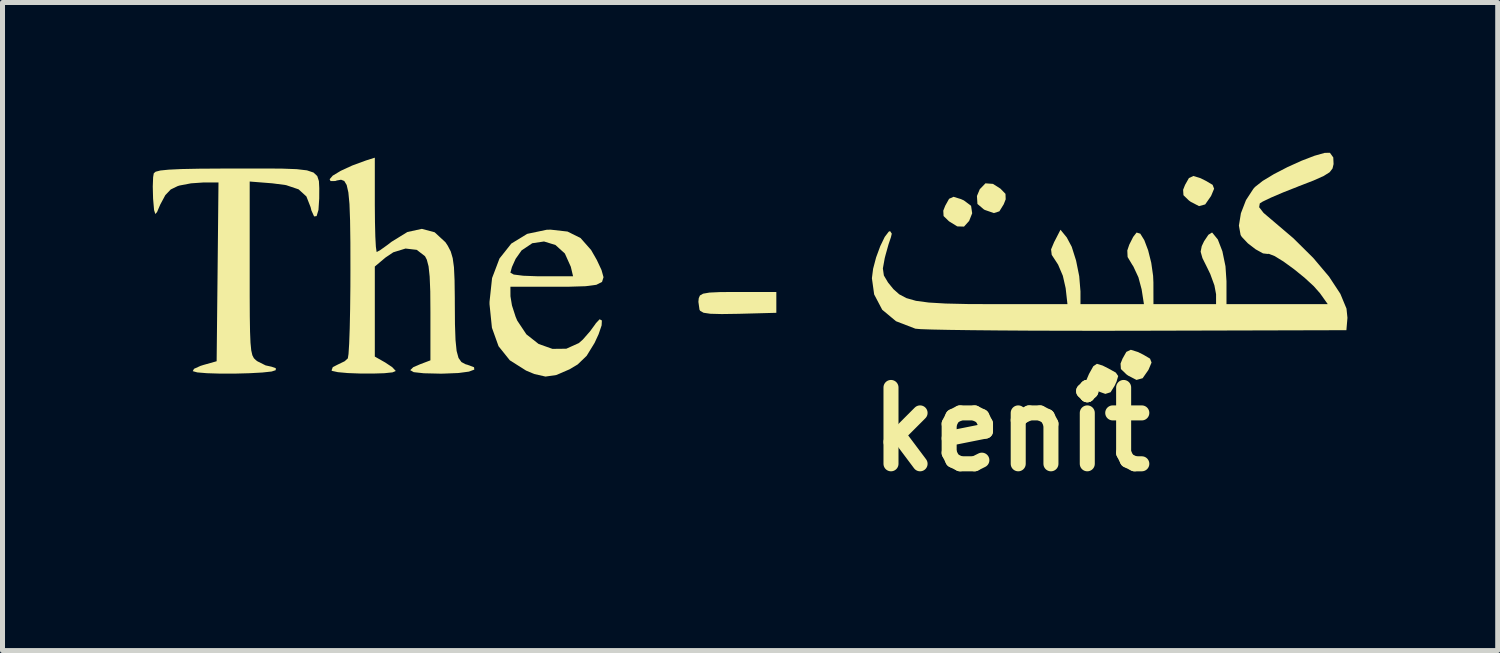
<source format=kicad_pcb>
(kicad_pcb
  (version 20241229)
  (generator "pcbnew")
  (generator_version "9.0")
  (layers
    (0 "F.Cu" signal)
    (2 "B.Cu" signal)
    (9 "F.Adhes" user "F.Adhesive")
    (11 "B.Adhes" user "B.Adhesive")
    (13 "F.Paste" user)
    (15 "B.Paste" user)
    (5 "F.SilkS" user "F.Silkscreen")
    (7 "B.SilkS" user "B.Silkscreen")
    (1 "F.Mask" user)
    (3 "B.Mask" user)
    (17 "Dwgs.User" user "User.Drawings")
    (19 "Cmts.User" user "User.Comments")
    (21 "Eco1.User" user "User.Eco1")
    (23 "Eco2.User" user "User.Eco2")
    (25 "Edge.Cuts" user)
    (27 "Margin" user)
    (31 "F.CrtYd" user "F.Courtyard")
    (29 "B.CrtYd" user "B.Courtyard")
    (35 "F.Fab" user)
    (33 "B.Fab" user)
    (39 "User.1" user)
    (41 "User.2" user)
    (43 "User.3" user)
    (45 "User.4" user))
  (footprint "kenit"
    (layer "F.Cu")
    (at 17.133 5.52)
    (property "Reference" "kenit" (at 0 0 0) (layer "F.SilkS") (effects (font (size 1.524 1.524) (thickness 0.3))))
    (attr board_only exclude_from_pos_files exclude_from_bom)
    (fp_poly (pts (xy -1 -4.596) (xy -0.94 -4.569) (xy -0.796 -4.461) (xy -0.774 -4.312) (xy -0.835 -4.159) (xy -0.937 -4.046) (xy -1.072 -4.05) (xy -1.237 -4.152) (xy -1.345 -4.257) (xy -1.351 -4.364) (xy -1.312 -4.463) (xy -1.235 -4.601) (xy -1.147 -4.641)) (stroke (width 0) (type solid)) (fill yes) (layer "F.SilkS"))
    (fp_poly (pts (xy -0.359 -4.899) (xy -0.21 -4.804) (xy -0.109 -4.7) (xy -0.105 -4.591) (xy -0.144 -4.492) (xy -0.231 -4.351) (xy -0.34 -4.316) (xy -0.514 -4.376) (xy -0.538 -4.387) (xy -0.669 -4.498) (xy -0.679 -4.657) (xy -0.622 -4.793) (xy -0.509 -4.91)) (stroke (width 0) (type solid)) (fill yes) (layer "F.SilkS"))
    (fp_poly (pts (xy 2.536 -1.542) (xy 2.641 -1.49) (xy 2.777 -1.41) (xy 2.807 -1.332) (xy 2.75 -1.196) (xy 2.74 -1.178) (xy 2.629 -1.019) (xy 2.506 -0.985) (xy 2.34 -1.071) (xy 2.303 -1.098) (xy 2.195 -1.203) (xy 2.188 -1.311) (xy 2.227 -1.409) (xy 2.304 -1.545) (xy 2.393 -1.587)) (stroke (width 0) (type solid)) (fill yes) (layer "F.SilkS"))
    (fp_poly (pts (xy 3.786 -5.012) (xy 3.89 -4.96) (xy 4.026 -4.88) (xy 4.056 -4.802) (xy 3.999 -4.666) (xy 3.989 -4.648) (xy 3.878 -4.489) (xy 3.755 -4.455) (xy 3.589 -4.541) (xy 3.552 -4.568) (xy 3.444 -4.673) (xy 3.437 -4.781) (xy 3.476 -4.879) (xy 3.553 -5.015) (xy 3.642 -5.057)) (stroke (width 0) (type solid)) (fill yes) (layer "F.SilkS"))
    (fp_poly (pts (xy -4.684 -2.325) (xy -5.432 -2.305) (xy -5.774 -2.3) (xy -6.002 -2.306) (xy -6.137 -2.326) (xy -6.204 -2.364) (xy -6.218 -2.388) (xy -6.24 -2.544) (xy -6.233 -2.616) (xy -6.209 -2.671) (xy -6.146 -2.707) (xy -6.019 -2.729) (xy -5.804 -2.739) (xy -5.477 -2.741) (xy -5.447 -2.741) (xy -4.684 -2.741)) (stroke (width 0) (type solid)) (fill yes) (layer "F.SilkS"))
    (fp_poly (pts (xy 1.83 -1.272) (xy 1.947 -1.213) (xy 2.094 -1.131) (xy 2.141 -1.062) (xy 2.107 -0.949) (xy 2.071 -0.871) (xy 1.989 -0.739) (xy 1.885 -0.706) (xy 1.72 -0.765) (xy 1.648 -0.803) (xy 1.522 -0.882) (xy 1.497 -0.961) (xy 1.556 -1.099) (xy 1.563 -1.113) (xy 1.644 -1.258) (xy 1.716 -1.307)) (stroke (width 0) (type solid)) (fill yes) (layer "F.SilkS"))
    (fp_poly (pts (xy -8.852 -3.947) (xy -8.593 -3.818) (xy -8.382 -3.579) (xy -8.268 -3.38) (xy -8.174 -3.179) (xy -8.134 -3.036) (xy -8.164 -2.941) (xy -8.278 -2.884) (xy -8.492 -2.856) (xy -8.82 -2.846) (xy -9.089 -2.845) (xy -9.993 -2.845) (xy -9.992 -2.655) (xy -9.962 -2.472) (xy -9.889 -2.246) (xy -9.857 -2.17) (xy -9.674 -1.895) (xy -9.43 -1.703) (xy -9.154 -1.605) (xy -8.877 -1.608) (xy -8.626 -1.721) (xy -8.548 -1.79) (xy -8.405 -1.953) (xy -8.297 -2.1) (xy -8.288 -2.115) (xy -8.212 -2.196) (xy -8.167 -2.172) (xy -8.172 -2.074) (xy -8.232 -1.898) (xy -8.312 -1.725) (xy -8.471 -1.466) (xy -8.65 -1.294) (xy -8.812 -1.197) (xy -9.077 -1.083) (xy -9.292 -1.052) (xy -9.517 -1.103) (xy -9.681 -1.172) (xy -10.005 -1.377) (xy -10.23 -1.658) (xy -10.362 -2.027) (xy -10.41 -2.497) (xy -10.41 -2.544) (xy -10.359 -3.019) (xy -10.318 -3.126) (xy -9.993 -3.126) (xy -9.927 -3.089) (xy -9.736 -3.065) (xy -9.437 -3.054) (xy -9.368 -3.054) (xy -8.742 -3.054) (xy -8.787 -3.244) (xy -8.906 -3.509) (xy -9.094 -3.679) (xy -9.322 -3.749) (xy -9.557 -3.714) (xy -9.77 -3.571) (xy -9.889 -3.402) (xy -9.962 -3.24) (xy -9.993 -3.129) (xy -9.993 -3.126) (xy -10.318 -3.126) (xy -10.211 -3.409) (xy -9.975 -3.707) (xy -9.658 -3.901) (xy -9.268 -3.983) (xy -9.189 -3.985)) (stroke (width 0) (type solid)) (fill yes) (layer "F.SilkS"))
    (fp_poly (pts (xy -14.558 -5.204) (xy -14.261 -5.193) (xy -14.055 -5.169) (xy -13.923 -5.125) (xy -13.849 -5.055) (xy -13.816 -4.954) (xy -13.809 -4.815) (xy -13.81 -4.634) (xy -13.81 -4.609) (xy -13.825 -4.379) (xy -13.862 -4.256) (xy -13.912 -4.249) (xy -13.966 -4.368) (xy -13.982 -4.434) (xy -14.066 -4.648) (xy -14.222 -4.79) (xy -14.472 -4.874) (xy -14.744 -4.91) (xy -15.198 -4.946) (xy -15.198 -3.206) (xy -15.198 -2.67) (xy -15.196 -2.256) (xy -15.191 -1.947) (xy -15.182 -1.726) (xy -15.167 -1.575) (xy -15.145 -1.478) (xy -15.114 -1.418) (xy -15.072 -1.378) (xy -15.044 -1.357) (xy -14.88 -1.275) (xy -14.762 -1.249) (xy -14.677 -1.22) (xy -14.678 -1.18) (xy -14.76 -1.153) (xy -14.946 -1.133) (xy -15.202 -1.119) (xy -15.495 -1.111) (xy -15.788 -1.111) (xy -16.049 -1.119) (xy -16.243 -1.135) (xy -16.335 -1.16) (xy -16.335 -1.16) (xy -16.309 -1.207) (xy -16.181 -1.265) (xy -16.121 -1.284) (xy -15.858 -1.358) (xy -15.839 -3.142) (xy -15.821 -4.927) (xy -16.124 -4.927) (xy -16.369 -4.91) (xy -16.595 -4.867) (xy -16.635 -4.855) (xy -16.775 -4.787) (xy -16.882 -4.675) (xy -16.985 -4.483) (xy -17.047 -4.337) (xy -17.082 -4.297) (xy -17.107 -4.376) (xy -17.125 -4.583) (xy -17.127 -4.607) (xy -17.133 -4.845) (xy -17.126 -5.032) (xy -17.113 -5.11) (xy -17.076 -5.142) (xy -16.982 -5.166) (xy -16.815 -5.183) (xy -16.562 -5.195) (xy -16.206 -5.202) (xy -15.734 -5.205) (xy -15.486 -5.205) (xy -14.96 -5.206)) (stroke (width 0) (type solid)) (fill yes) (layer "F.SilkS"))
    (fp_poly (pts (xy -12.7 -4.481) (xy -12.697 -4.138) (xy -12.69 -3.85) (xy -12.679 -3.644) (xy -12.665 -3.545) (xy -12.661 -3.539) (xy -12.589 -3.579) (xy -12.449 -3.679) (xy -12.366 -3.743) (xy -12.05 -3.938) (xy -11.761 -4.001) (xy -11.506 -3.933) (xy -11.29 -3.734) (xy -11.243 -3.663) (xy -11.184 -3.549) (xy -11.145 -3.416) (xy -11.12 -3.235) (xy -11.108 -2.978) (xy -11.103 -2.616) (xy -11.103 -2.533) (xy -11.1 -2.098) (xy -11.089 -1.782) (xy -11.067 -1.564) (xy -11.029 -1.424) (xy -10.971 -1.342) (xy -10.889 -1.298) (xy -10.852 -1.288) (xy -10.719 -1.238) (xy -10.714 -1.191) (xy -10.821 -1.151) (xy -11.03 -1.123) (xy -11.328 -1.111) (xy -11.386 -1.11) (xy -11.722 -1.118) (xy -11.923 -1.14) (xy -11.993 -1.18) (xy -11.934 -1.238) (xy -11.798 -1.297) (xy -11.59 -1.376) (xy -11.59 -2.338) (xy -11.593 -2.751) (xy -11.605 -3.049) (xy -11.627 -3.253) (xy -11.662 -3.386) (xy -11.698 -3.455) (xy -11.863 -3.582) (xy -12.087 -3.608) (xy -12.331 -3.533) (xy -12.486 -3.429) (xy -12.7 -3.249) (xy -12.7 -1.451) (xy -12.492 -1.333) (xy -12.353 -1.24) (xy -12.285 -1.168) (xy -12.284 -1.162) (xy -12.347 -1.136) (xy -12.511 -1.119) (xy -12.739 -1.112) (xy -12.995 -1.113) (xy -13.24 -1.122) (xy -13.438 -1.14) (xy -13.552 -1.165) (xy -13.564 -1.175) (xy -13.539 -1.241) (xy -13.447 -1.288) (xy -13.302 -1.358) (xy -13.239 -1.415) (xy -13.225 -1.503) (xy -13.212 -1.71) (xy -13.201 -2.016) (xy -13.193 -2.401) (xy -13.188 -2.843) (xy -13.187 -3.167) (xy -13.188 -3.73) (xy -13.194 -4.169) (xy -13.206 -4.497) (xy -13.228 -4.728) (xy -13.262 -4.877) (xy -13.31 -4.957) (xy -13.374 -4.982) (xy -13.457 -4.967) (xy -13.489 -4.956) (xy -13.584 -4.955) (xy -13.602 -4.992) (xy -13.541 -5.063) (xy -13.38 -5.16) (xy -13.15 -5.266) (xy -12.883 -5.364) (xy -12.856 -5.373) (xy -12.7 -5.422)) (stroke (width 0) (type solid)) (fill yes) (layer "F.SilkS"))
    (fp_poly (pts (xy 6.435 -5.427) (xy 6.441 -5.295) (xy 6.42 -5.206) (xy 6.362 -5.131) (xy 6.244 -5.057) (xy 6.043 -4.967) (xy 5.735 -4.848) (xy 5.732 -4.846) (xy 5.44 -4.731) (xy 5.194 -4.626) (xy 5.025 -4.545) (xy 4.968 -4.509) (xy 4.955 -4.433) (xy 5.044 -4.319) (xy 5.17 -4.212) (xy 5.638 -3.814) (xy 6.035 -3.421) (xy 6.351 -3.047) (xy 6.576 -2.705) (xy 6.699 -2.409) (xy 6.718 -2.225) (xy 6.697 -1.978) (xy 2.498 -1.967) (xy 1.742 -1.966) (xy 1.022 -1.967) (xy 0.352 -1.969) (xy -0.255 -1.973) (xy -0.787 -1.978) (xy -1.232 -1.984) (xy -1.575 -1.991) (xy -1.805 -1.999) (xy -1.908 -2.008) (xy -2.295 -2.157) (xy -2.57 -2.386) (xy -2.731 -2.692) (xy -2.776 -3.016) (xy -2.752 -3.204) (xy -2.692 -3.431) (xy -2.609 -3.656) (xy -2.52 -3.84) (xy -2.44 -3.945) (xy -2.413 -3.956) (xy -2.379 -3.905) (xy -2.396 -3.834) (xy -2.444 -3.692) (xy -2.502 -3.485) (xy -2.52 -3.416) (xy -2.557 -3.211) (xy -2.537 -3.07) (xy -2.454 -2.93) (xy -2.346 -2.797) (xy -2.23 -2.694) (xy -2.086 -2.618) (xy -1.896 -2.564) (xy -1.641 -2.53) (xy -1.302 -2.51) (xy -0.86 -2.5) (xy -0.355 -2.498) (xy 1.128 -2.498) (xy 1.092 -2.818) (xy 1.036 -3.064) (xy 0.941 -3.287) (xy 0.908 -3.338) (xy 0.814 -3.482) (xy 0.801 -3.591) (xy 0.863 -3.739) (xy 0.875 -3.761) (xy 0.989 -3.983) (xy 1.114 -3.83) (xy 1.213 -3.644) (xy 1.3 -3.369) (xy 1.363 -3.056) (xy 1.388 -2.753) (xy 1.388 -2.738) (xy 1.388 -2.498) (xy 2.655 -2.498) (xy 2.609 -2.793) (xy 2.545 -3.033) (xy 2.444 -3.25) (xy 2.421 -3.285) (xy 2.329 -3.439) (xy 2.323 -3.57) (xy 2.362 -3.685) (xy 2.44 -3.84) (xy 2.508 -3.927) (xy 2.509 -3.927) (xy 2.582 -3.905) (xy 2.662 -3.776) (xy 2.739 -3.572) (xy 2.801 -3.324) (xy 2.838 -3.065) (xy 2.844 -2.932) (xy 2.845 -2.498) (xy 4.095 -2.498) (xy 4.095 -2.696) (xy 4.062 -2.873) (xy 3.979 -3.1) (xy 3.921 -3.22) (xy 3.823 -3.417) (xy 3.787 -3.545) (xy 3.809 -3.656) (xy 3.855 -3.753) (xy 3.942 -3.883) (xy 4.013 -3.927) (xy 4.02 -3.924) (xy 4.13 -3.789) (xy 4.221 -3.554) (xy 4.283 -3.254) (xy 4.303 -2.956) (xy 4.303 -2.498) (xy 6.325 -2.498) (xy 6.171 -2.714) (xy 6.045 -2.857) (xy 5.861 -3.026) (xy 5.65 -3.197) (xy 5.441 -3.349) (xy 5.264 -3.458) (xy 5.148 -3.503) (xy 5.128 -3.5) (xy 5.033 -3.511) (xy 4.886 -3.592) (xy 4.73 -3.712) (xy 4.609 -3.84) (xy 4.585 -3.878) (xy 4.551 -4.066) (xy 4.591 -4.313) (xy 4.692 -4.574) (xy 4.84 -4.801) (xy 4.873 -4.838) (xy 5.025 -4.958) (xy 5.252 -5.095) (xy 5.523 -5.235) (xy 5.804 -5.362) (xy 6.062 -5.461) (xy 6.264 -5.518) (xy 6.368 -5.52)) (stroke (width 0) (type solid)) (fill yes) (layer "F.SilkS")))
  (gr_rect
    (start -3 -3)
    (end 26.851 9.938)
    (stroke (width 0.1) (type default))
    (fill no)
    (layer "Edge.Cuts")))
</source>
